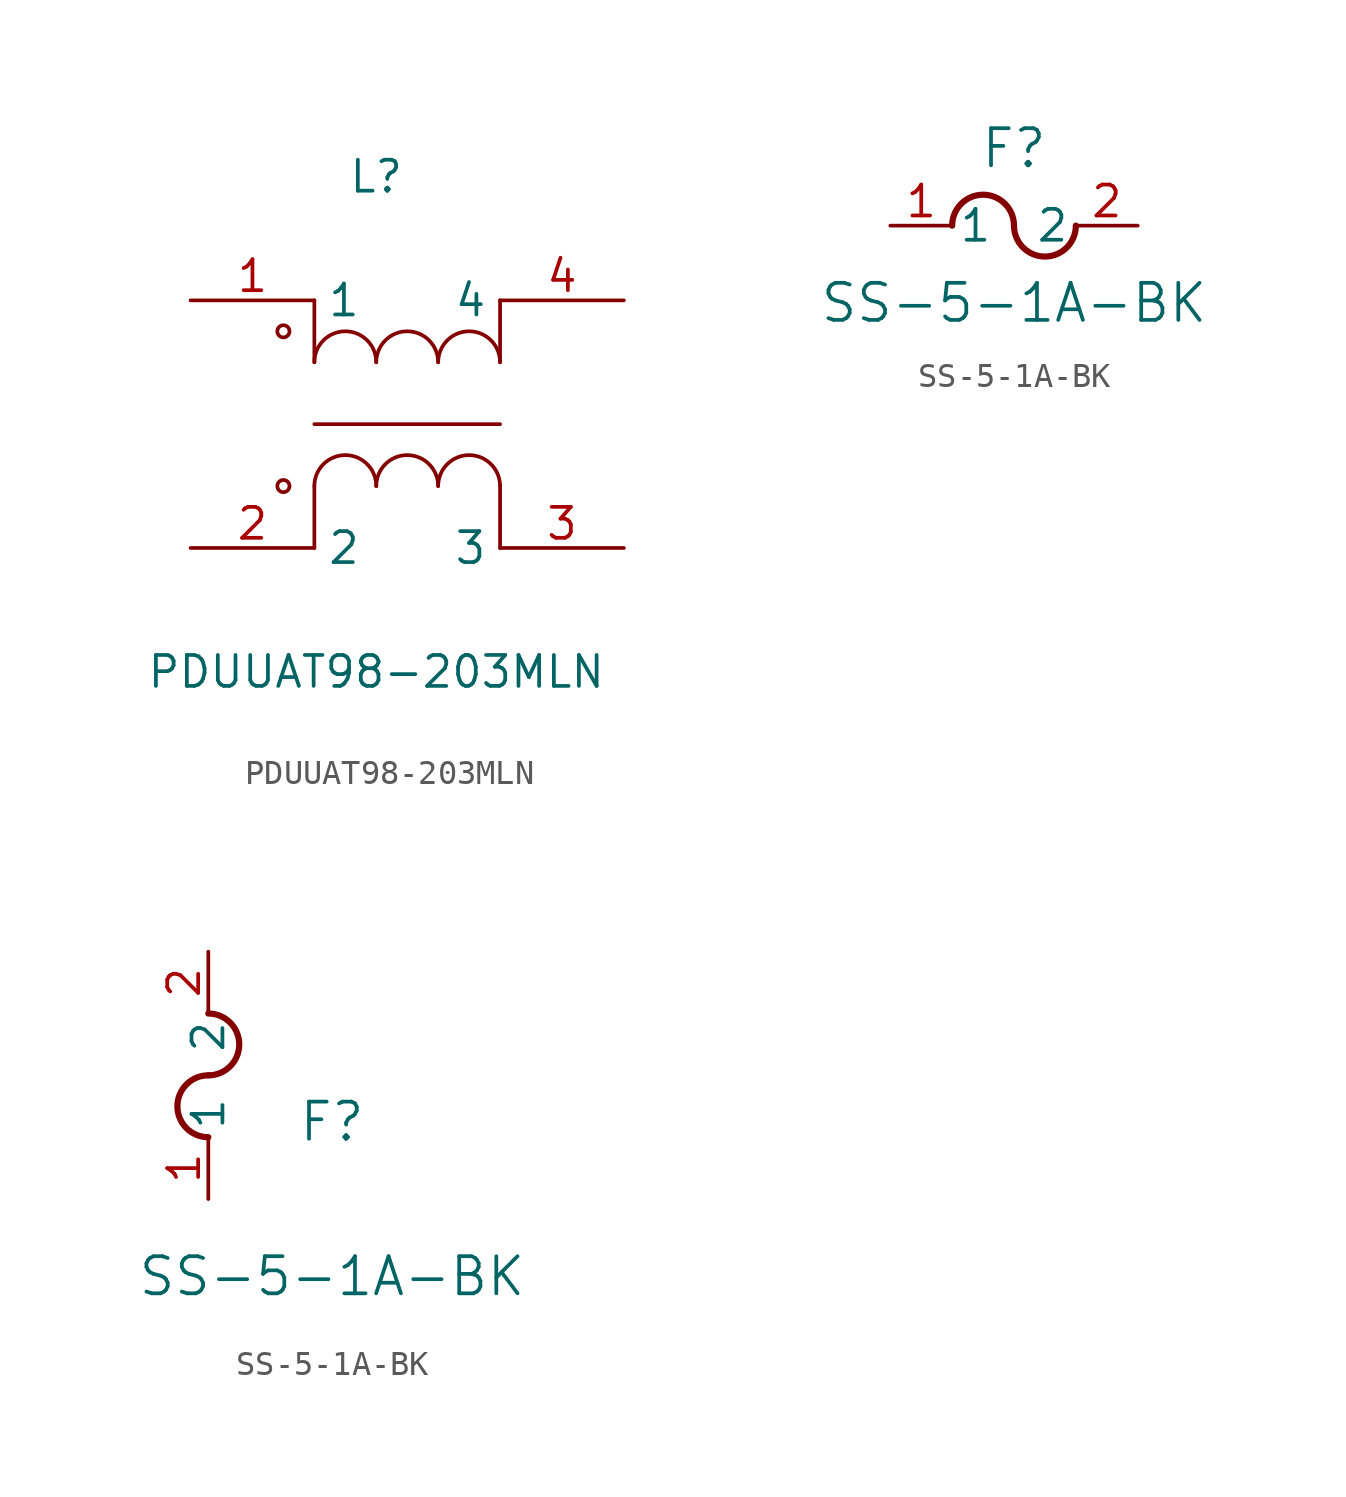
<source format=kicad_sym>
(kicad_symbol_lib
  (version 20231120)
  (generator "kicad_symbol_editor")
  (generator_version "8.0")
  (symbol "PDUUAT98-203MLN"
    (property "Reference" "L"
      (at 0 10.16 0)
      (effects (font (size 1.27 1.27))))
    (property "Value" "PDUUAT98-203MLN"
      (at 0 -10.16 0)
      (effects (font (size 1.27 1.27))))
    (symbol "PDUUAT98-203MLN_0_1"
      (circle (center -3.81 -2.54) (radius 0.25) (stroke (width 0) (type default)) (fill (type none)))
      (circle (center -3.81 3.81) (radius 0.25) (stroke (width 0) (type default)) (fill (type none)))
      (arc (start 0 -2.54) (mid -1.27 -1.271) (end -2.54 -2.54) (stroke (width 0) (type default)) (fill (type none)))
      (polyline (pts (xy -2.54 -5.08) (xy -2.54 -2.54)) (stroke (width 0) (type default)) (fill (type none)))
      (polyline (pts (xy -2.54 0) (xy 5.08 0)) (stroke (width 0) (type default)) (fill (type none)))
      (polyline (pts (xy -2.54 5.08) (xy -2.54 2.54)) (stroke (width 0) (type default)) (fill (type none)))
      (polyline (pts (xy 5.08 -5.08) (xy 5.08 -2.54)) (stroke (width 0) (type default)) (fill (type none)))
      (polyline (pts (xy 5.08 5.08) (xy 5.08 2.54)) (stroke (width 0) (type default)) (fill (type none)))
      (arc (start 0 2.54) (mid -1 3.78) (end -2.54 2.54) (stroke (width 0) (type default)) (fill (type none)))
      (arc (start 2.54 -2.54) (mid 1.27 -1.271) (end 0 -2.54) (stroke (width 0) (type default)) (fill (type none)))
      (arc (start 2.54 2.54) (mid 1.54 3.78) (end 0 2.54) (stroke (width 0) (type default)) (fill (type none)))
      (arc (start 5.08 -2.54) (mid 3.81 -1.271) (end 2.54 -2.54) (stroke (width 0) (type default)) (fill (type none)))
      (arc (start 5.08 2.54) (mid 4.08 3.78) (end 2.54 2.54) (stroke (width 0) (type default)) (fill (type none)))
      (pin unspecified line (at -7.62 5.08 0) (length 5.08) (name "1" (effects (font (size 1.27 1.27)))) (number "1" (effects (font (size 1.27 1.27)))))
      (pin unspecified line (at -7.62 -5.08 0) (length 5.08) (name "2" (effects (font (size 1.27 1.27)))) (number "2" (effects (font (size 1.27 1.27)))))
      (pin unspecified line (at 10.16 -5.08 180) (length 5.08) (name "3" (effects (font (size 1.27 1.27)))) (number "3" (effects (font (size 1.27 1.27)))))
      (pin unspecified line (at 10.16 5.08 180) (length 5.08) (name "4" (effects (font (size 1.27 1.27)))) (number "4" (effects (font (size 1.27 1.27)))))))
  (symbol "SS-5-1A-BK"
    (pin_names
      (offset 0.254))
    (property "Reference" "F"
      (at 5.08 3.175 0)
      (effects (font (size 1.524 1.524))))
    (property "Value" "SS-5-1A-BK"
      (at 5.08 -3.175 0)
      (effects (font (size 1.524 1.524))))
    (symbol "SS-5-1A-BK_1_1"
      (arc (start 5.08 0) (mid 3.81 1.2645) (end 2.54 0) (stroke (width 0.254) (type default)) (fill (type none)))
      (arc (start 5.08 0) (mid 6.35 -1.2645) (end 7.62 0) (stroke (width 0.254) (type default)) (fill (type none)))
      (pin unspecified line (at 0 0 0) (length 2.54) (name "1" (effects (font (size 1.27 1.27)))) (number "1" (effects (font (size 1.27 1.27)))))
      (pin unspecified line (at 10.16 0 180) (length 2.54) (name "2" (effects (font (size 1.27 1.27)))) (number "2" (effects (font (size 1.27 1.27))))))
    (symbol "SS-5-1A-BK_1_2"
      (arc (start 0 5.08) (mid -1.2645 3.81) (end 0 2.54) (stroke (width 0.254) (type default)) (fill (type none)))
      (arc (start 0 5.08) (mid 1.2645 6.35) (end 0 7.62) (stroke (width 0.254) (type default)) (fill (type none)))
      (pin unspecified line (at 0 0 90) (length 2.54) (name "1" (effects (font (size 1.27 1.27)))) (number "1" (effects (font (size 1.27 1.27)))))
      (pin unspecified line (at 0 10.16 270) (length 2.54) (name "2" (effects (font (size 1.27 1.27)))) (number "2" (effects (font (size 1.27 1.27))))))))
</source>
